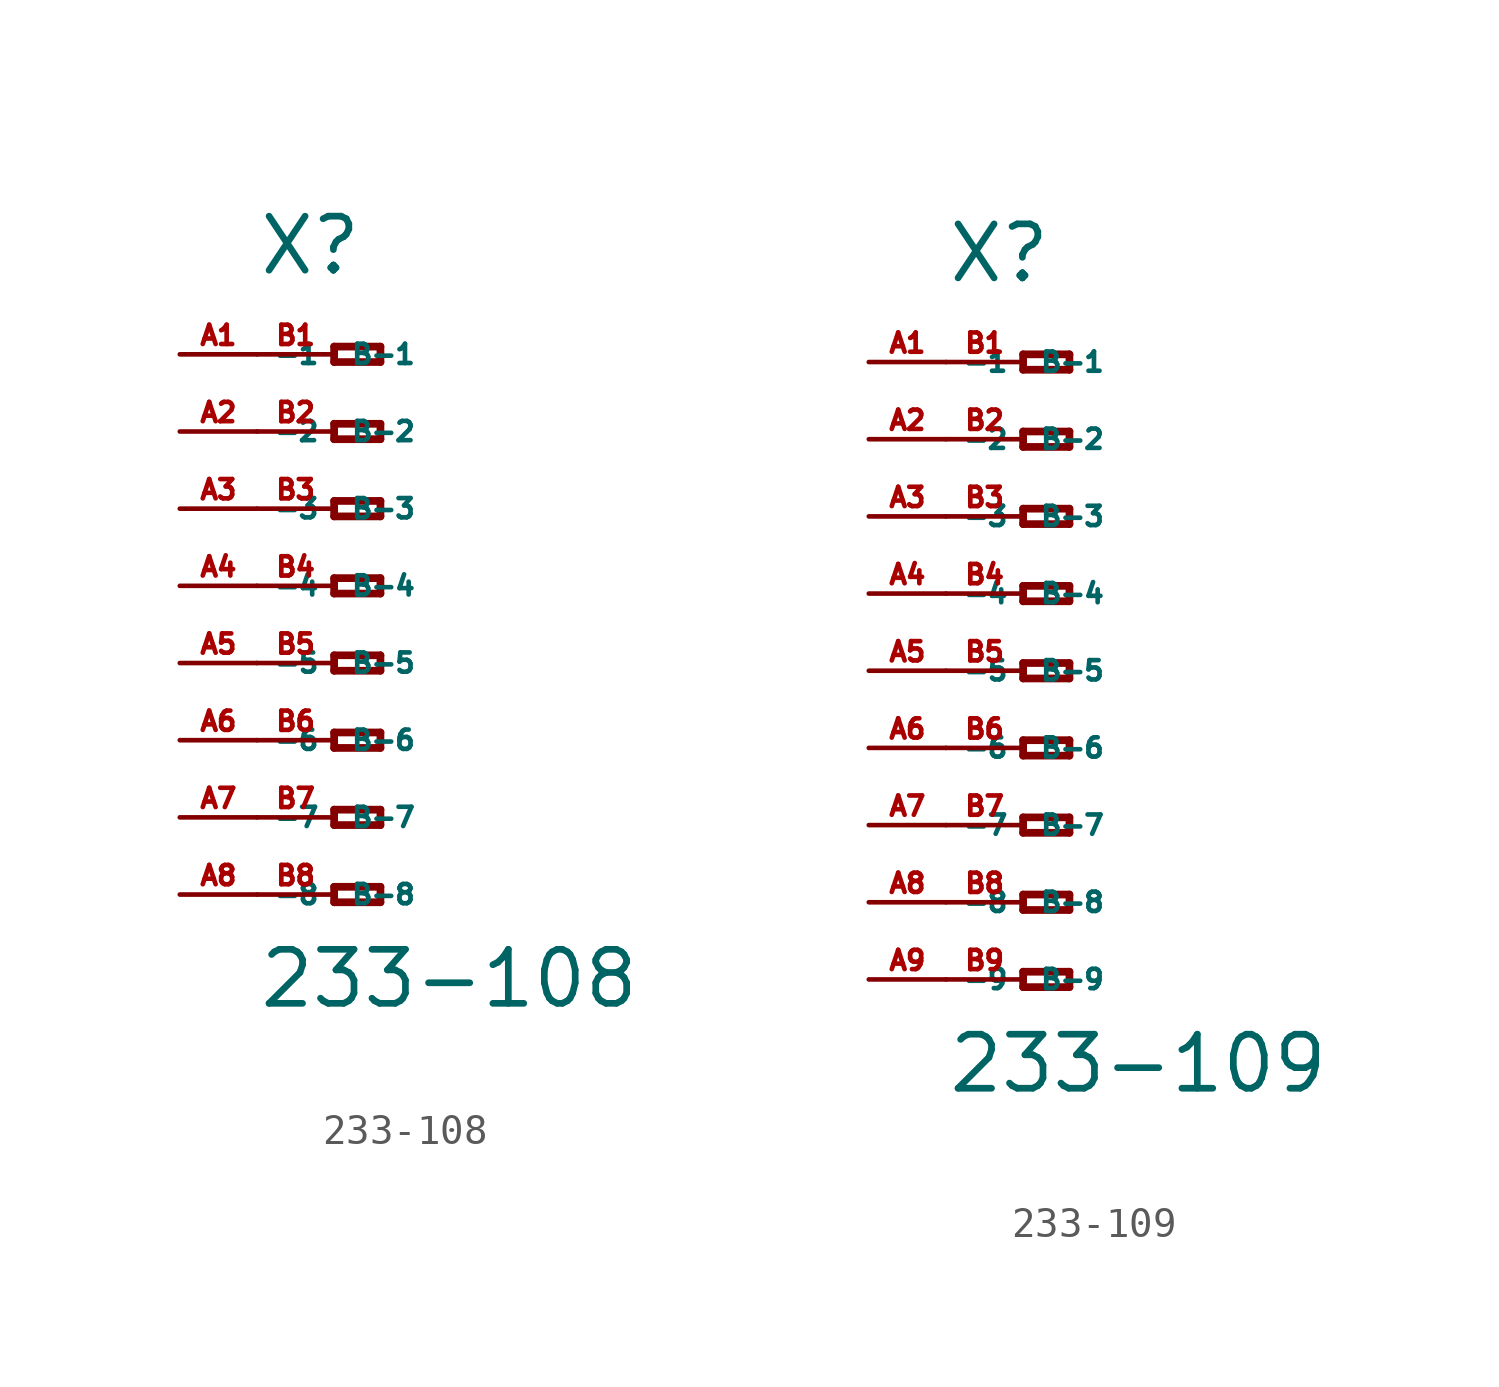
<source format=kicad_sym>
(kicad_symbol_lib
  (version 20220914)
  (generator Eagle2Kicad)
  (symbol "233-108"
    (property "Reference" "X"
      (at -5.08 10.16 0)
      (effects (font (size 1.778 1.778) (thickness 0.22)) (justify left bottom)))
    (property "Value" "233-108"
      (at -5.08 -13.97 0)
      (effects (font (size 1.778 1.778) (thickness 0.22)) (justify left bottom)))
    (polyline
      (pts (xy -2.54 7.874) (xy -2.54 7.366))
      (stroke (width 0.254) (type default))
      (fill (type none)))
    (polyline
      (pts (xy -2.54 7.366) (xy -1.016 7.366))
      (stroke (width 0.254) (type default))
      (fill (type none)))
    (polyline
      (pts (xy -1.016 7.366) (xy -1.016 7.874))
      (stroke (width 0.254) (type default))
      (fill (type none)))
    (polyline
      (pts (xy -1.016 7.874) (xy -2.54 7.874))
      (stroke (width 0.254) (type default))
      (fill (type none)))
    (polyline
      (pts (xy -2.54 5.334) (xy -2.54 4.826))
      (stroke (width 0.254) (type default))
      (fill (type none)))
    (polyline
      (pts (xy -2.54 4.826) (xy -1.016 4.826))
      (stroke (width 0.254) (type default))
      (fill (type none)))
    (polyline
      (pts (xy -1.016 4.826) (xy -1.016 5.334))
      (stroke (width 0.254) (type default))
      (fill (type none)))
    (polyline
      (pts (xy -1.016 5.334) (xy -2.54 5.334))
      (stroke (width 0.254) (type default))
      (fill (type none)))
    (polyline
      (pts (xy -2.54 2.794) (xy -2.54 2.286))
      (stroke (width 0.254) (type default))
      (fill (type none)))
    (polyline
      (pts (xy -2.54 2.286) (xy -1.016 2.286))
      (stroke (width 0.254) (type default))
      (fill (type none)))
    (polyline
      (pts (xy -1.016 2.286) (xy -1.016 2.794))
      (stroke (width 0.254) (type default))
      (fill (type none)))
    (polyline
      (pts (xy -1.016 2.794) (xy -2.54 2.794))
      (stroke (width 0.254) (type default))
      (fill (type none)))
    (polyline
      (pts (xy -2.54 0.254) (xy -2.54 -0.254))
      (stroke (width 0.254) (type default))
      (fill (type none)))
    (polyline
      (pts (xy -2.54 -0.254) (xy -1.016 -0.254))
      (stroke (width 0.254) (type default))
      (fill (type none)))
    (polyline
      (pts (xy -1.016 -0.254) (xy -1.016 0.254))
      (stroke (width 0.254) (type default))
      (fill (type none)))
    (polyline
      (pts (xy -1.016 0.254) (xy -2.54 0.254))
      (stroke (width 0.254) (type default))
      (fill (type none)))
    (polyline
      (pts (xy -2.54 -2.286) (xy -2.54 -2.794))
      (stroke (width 0.254) (type default))
      (fill (type none)))
    (polyline
      (pts (xy -2.54 -2.794) (xy -1.016 -2.794))
      (stroke (width 0.254) (type default))
      (fill (type none)))
    (polyline
      (pts (xy -1.016 -2.794) (xy -1.016 -2.286))
      (stroke (width 0.254) (type default))
      (fill (type none)))
    (polyline
      (pts (xy -1.016 -2.286) (xy -2.54 -2.286))
      (stroke (width 0.254) (type default))
      (fill (type none)))
    (polyline
      (pts (xy -2.54 -4.826) (xy -2.54 -5.334))
      (stroke (width 0.254) (type default))
      (fill (type none)))
    (polyline
      (pts (xy -2.54 -5.334) (xy -1.016 -5.334))
      (stroke (width 0.254) (type default))
      (fill (type none)))
    (polyline
      (pts (xy -1.016 -5.334) (xy -1.016 -4.826))
      (stroke (width 0.254) (type default))
      (fill (type none)))
    (polyline
      (pts (xy -1.016 -4.826) (xy -2.54 -4.826))
      (stroke (width 0.254) (type default))
      (fill (type none)))
    (polyline
      (pts (xy -2.54 -7.366) (xy -2.54 -7.874))
      (stroke (width 0.254) (type default))
      (fill (type none)))
    (polyline
      (pts (xy -2.54 -7.874) (xy -1.016 -7.874))
      (stroke (width 0.254) (type default))
      (fill (type none)))
    (polyline
      (pts (xy -1.016 -7.874) (xy -1.016 -7.366))
      (stroke (width 0.254) (type default))
      (fill (type none)))
    (polyline
      (pts (xy -1.016 -7.366) (xy -2.54 -7.366))
      (stroke (width 0.254) (type default))
      (fill (type none)))
    (polyline
      (pts (xy -2.54 -9.906) (xy -2.54 -10.414))
      (stroke (width 0.254) (type default))
      (fill (type none)))
    (polyline
      (pts (xy -2.54 -10.414) (xy -1.016 -10.414))
      (stroke (width 0.254) (type default))
      (fill (type none)))
    (polyline
      (pts (xy -1.016 -10.414) (xy -1.016 -9.906))
      (stroke (width 0.254) (type default))
      (fill (type none)))
    (polyline
      (pts (xy -1.016 -9.906) (xy -2.54 -9.906))
      (stroke (width 0.254) (type default))
      (fill (type none)))
    (pin passive line
      (at -7.62 7.62 0)
      (length 2.54)
      (name "-1" (effects (font (size 0.635 0.635) (thickness 0.08)) (justify left bottom)))
      (number "A1" (effects (font (size 0.635 0.635) (thickness 0.08)) (justify left bottom))))
    (pin passive line
      (at -7.62 5.08 0)
      (length 2.54)
      (name "-2" (effects (font (size 0.635 0.635) (thickness 0.08)) (justify left bottom)))
      (number "A2" (effects (font (size 0.635 0.635) (thickness 0.08)) (justify left bottom))))
    (pin passive line
      (at -7.62 2.54 0)
      (length 2.54)
      (name "-3" (effects (font (size 0.635 0.635) (thickness 0.08)) (justify left bottom)))
      (number "A3" (effects (font (size 0.635 0.635) (thickness 0.08)) (justify left bottom))))
    (pin passive line
      (at -7.62 0 0)
      (length 2.54)
      (name "-4" (effects (font (size 0.635 0.635) (thickness 0.08)) (justify left bottom)))
      (number "A4" (effects (font (size 0.635 0.635) (thickness 0.08)) (justify left bottom))))
    (pin passive line
      (at -7.62 -2.54 0)
      (length 2.54)
      (name "-5" (effects (font (size 0.635 0.635) (thickness 0.08)) (justify left bottom)))
      (number "A5" (effects (font (size 0.635 0.635) (thickness 0.08)) (justify left bottom))))
    (pin passive line
      (at -7.62 -5.08 0)
      (length 2.54)
      (name "-6" (effects (font (size 0.635 0.635) (thickness 0.08)) (justify left bottom)))
      (number "A6" (effects (font (size 0.635 0.635) (thickness 0.08)) (justify left bottom))))
    (pin passive line
      (at -7.62 -7.62 0)
      (length 2.54)
      (name "-7" (effects (font (size 0.635 0.635) (thickness 0.08)) (justify left bottom)))
      (number "A7" (effects (font (size 0.635 0.635) (thickness 0.08)) (justify left bottom))))
    (pin passive line
      (at -7.62 -10.16 0)
      (length 2.54)
      (name "-8" (effects (font (size 0.635 0.635) (thickness 0.08)) (justify left bottom)))
      (number "A8" (effects (font (size 0.635 0.635) (thickness 0.08)) (justify left bottom))))
    (pin passive line
      (at -5.08 -10.16 0)
      (length 2.54)
      (name "B-8" (effects (font (size 0.635 0.635) (thickness 0.08)) (justify left bottom)))
      (number "B8" (effects (font (size 0.635 0.635) (thickness 0.08)) (justify left bottom))))
    (pin passive line
      (at -5.08 7.62 0)
      (length 2.54)
      (name "B-1" (effects (font (size 0.635 0.635) (thickness 0.08)) (justify left bottom)))
      (number "B1" (effects (font (size 0.635 0.635) (thickness 0.08)) (justify left bottom))))
    (pin passive line
      (at -5.08 5.08 0)
      (length 2.54)
      (name "B-2" (effects (font (size 0.635 0.635) (thickness 0.08)) (justify left bottom)))
      (number "B2" (effects (font (size 0.635 0.635) (thickness 0.08)) (justify left bottom))))
    (pin passive line
      (at -5.08 2.54 0)
      (length 2.54)
      (name "B-3" (effects (font (size 0.635 0.635) (thickness 0.08)) (justify left bottom)))
      (number "B3" (effects (font (size 0.635 0.635) (thickness 0.08)) (justify left bottom))))
    (pin passive line
      (at -5.08 0 0)
      (length 2.54)
      (name "B-4" (effects (font (size 0.635 0.635) (thickness 0.08)) (justify left bottom)))
      (number "B4" (effects (font (size 0.635 0.635) (thickness 0.08)) (justify left bottom))))
    (pin passive line
      (at -5.08 -2.54 0)
      (length 2.54)
      (name "B-5" (effects (font (size 0.635 0.635) (thickness 0.08)) (justify left bottom)))
      (number "B5" (effects (font (size 0.635 0.635) (thickness 0.08)) (justify left bottom))))
    (pin passive line
      (at -5.08 -5.08 0)
      (length 2.54)
      (name "B-6" (effects (font (size 0.635 0.635) (thickness 0.08)) (justify left bottom)))
      (number "B6" (effects (font (size 0.635 0.635) (thickness 0.08)) (justify left bottom))))
    (pin passive line
      (at -5.08 -7.62 0)
      (length 2.54)
      (name "B-7" (effects (font (size 0.635 0.635) (thickness 0.08)) (justify left bottom)))
      (number "B7" (effects (font (size 0.635 0.635) (thickness 0.08)) (justify left bottom)))))
  (symbol "233-109"
    (property "Reference" "X"
      (at -5.08 12.7 0)
      (effects (font (size 1.778 1.778) (thickness 0.22)) (justify left bottom)))
    (property "Value" "233-109"
      (at -5.08 -13.97 0)
      (effects (font (size 1.778 1.778) (thickness 0.22)) (justify left bottom)))
    (polyline
      (pts (xy -2.54 10.414) (xy -2.54 9.906))
      (stroke (width 0.254) (type default))
      (fill (type none)))
    (polyline
      (pts (xy -2.54 9.906) (xy -1.016 9.906))
      (stroke (width 0.254) (type default))
      (fill (type none)))
    (polyline
      (pts (xy -1.016 9.906) (xy -1.016 10.414))
      (stroke (width 0.254) (type default))
      (fill (type none)))
    (polyline
      (pts (xy -1.016 10.414) (xy -2.54 10.414))
      (stroke (width 0.254) (type default))
      (fill (type none)))
    (polyline
      (pts (xy -2.54 7.874) (xy -2.54 7.366))
      (stroke (width 0.254) (type default))
      (fill (type none)))
    (polyline
      (pts (xy -2.54 7.366) (xy -1.016 7.366))
      (stroke (width 0.254) (type default))
      (fill (type none)))
    (polyline
      (pts (xy -1.016 7.366) (xy -1.016 7.874))
      (stroke (width 0.254) (type default))
      (fill (type none)))
    (polyline
      (pts (xy -1.016 7.874) (xy -2.54 7.874))
      (stroke (width 0.254) (type default))
      (fill (type none)))
    (polyline
      (pts (xy -2.54 5.334) (xy -2.54 4.826))
      (stroke (width 0.254) (type default))
      (fill (type none)))
    (polyline
      (pts (xy -2.54 4.826) (xy -1.016 4.826))
      (stroke (width 0.254) (type default))
      (fill (type none)))
    (polyline
      (pts (xy -1.016 4.826) (xy -1.016 5.334))
      (stroke (width 0.254) (type default))
      (fill (type none)))
    (polyline
      (pts (xy -1.016 5.334) (xy -2.54 5.334))
      (stroke (width 0.254) (type default))
      (fill (type none)))
    (polyline
      (pts (xy -2.54 2.794) (xy -2.54 2.286))
      (stroke (width 0.254) (type default))
      (fill (type none)))
    (polyline
      (pts (xy -2.54 2.286) (xy -1.016 2.286))
      (stroke (width 0.254) (type default))
      (fill (type none)))
    (polyline
      (pts (xy -1.016 2.286) (xy -1.016 2.794))
      (stroke (width 0.254) (type default))
      (fill (type none)))
    (polyline
      (pts (xy -1.016 2.794) (xy -2.54 2.794))
      (stroke (width 0.254) (type default))
      (fill (type none)))
    (polyline
      (pts (xy -2.54 0.254) (xy -2.54 -0.254))
      (stroke (width 0.254) (type default))
      (fill (type none)))
    (polyline
      (pts (xy -2.54 -0.254) (xy -1.016 -0.254))
      (stroke (width 0.254) (type default))
      (fill (type none)))
    (polyline
      (pts (xy -1.016 -0.254) (xy -1.016 0.254))
      (stroke (width 0.254) (type default))
      (fill (type none)))
    (polyline
      (pts (xy -1.016 0.254) (xy -2.54 0.254))
      (stroke (width 0.254) (type default))
      (fill (type none)))
    (polyline
      (pts (xy -2.54 -2.286) (xy -2.54 -2.794))
      (stroke (width 0.254) (type default))
      (fill (type none)))
    (polyline
      (pts (xy -2.54 -2.794) (xy -1.016 -2.794))
      (stroke (width 0.254) (type default))
      (fill (type none)))
    (polyline
      (pts (xy -1.016 -2.794) (xy -1.016 -2.286))
      (stroke (width 0.254) (type default))
      (fill (type none)))
    (polyline
      (pts (xy -1.016 -2.286) (xy -2.54 -2.286))
      (stroke (width 0.254) (type default))
      (fill (type none)))
    (polyline
      (pts (xy -2.54 -4.826) (xy -2.54 -5.334))
      (stroke (width 0.254) (type default))
      (fill (type none)))
    (polyline
      (pts (xy -2.54 -5.334) (xy -1.016 -5.334))
      (stroke (width 0.254) (type default))
      (fill (type none)))
    (polyline
      (pts (xy -1.016 -5.334) (xy -1.016 -4.826))
      (stroke (width 0.254) (type default))
      (fill (type none)))
    (polyline
      (pts (xy -1.016 -4.826) (xy -2.54 -4.826))
      (stroke (width 0.254) (type default))
      (fill (type none)))
    (polyline
      (pts (xy -2.54 -7.366) (xy -2.54 -7.874))
      (stroke (width 0.254) (type default))
      (fill (type none)))
    (polyline
      (pts (xy -2.54 -7.874) (xy -1.016 -7.874))
      (stroke (width 0.254) (type default))
      (fill (type none)))
    (polyline
      (pts (xy -1.016 -7.874) (xy -1.016 -7.366))
      (stroke (width 0.254) (type default))
      (fill (type none)))
    (polyline
      (pts (xy -1.016 -7.366) (xy -2.54 -7.366))
      (stroke (width 0.254) (type default))
      (fill (type none)))
    (polyline
      (pts (xy -2.54 -9.906) (xy -2.54 -10.414))
      (stroke (width 0.254) (type default))
      (fill (type none)))
    (polyline
      (pts (xy -2.54 -10.414) (xy -1.016 -10.414))
      (stroke (width 0.254) (type default))
      (fill (type none)))
    (polyline
      (pts (xy -1.016 -10.414) (xy -1.016 -9.906))
      (stroke (width 0.254) (type default))
      (fill (type none)))
    (polyline
      (pts (xy -1.016 -9.906) (xy -2.54 -9.906))
      (stroke (width 0.254) (type default))
      (fill (type none)))
    (pin passive line
      (at -7.62 10.16 0)
      (length 2.54)
      (name "-1" (effects (font (size 0.635 0.635) (thickness 0.08)) (justify left bottom)))
      (number "A1" (effects (font (size 0.635 0.635) (thickness 0.08)) (justify left bottom))))
    (pin passive line
      (at -7.62 7.62 0)
      (length 2.54)
      (name "-2" (effects (font (size 0.635 0.635) (thickness 0.08)) (justify left bottom)))
      (number "A2" (effects (font (size 0.635 0.635) (thickness 0.08)) (justify left bottom))))
    (pin passive line
      (at -7.62 5.08 0)
      (length 2.54)
      (name "-3" (effects (font (size 0.635 0.635) (thickness 0.08)) (justify left bottom)))
      (number "A3" (effects (font (size 0.635 0.635) (thickness 0.08)) (justify left bottom))))
    (pin passive line
      (at -7.62 2.54 0)
      (length 2.54)
      (name "-4" (effects (font (size 0.635 0.635) (thickness 0.08)) (justify left bottom)))
      (number "A4" (effects (font (size 0.635 0.635) (thickness 0.08)) (justify left bottom))))
    (pin passive line
      (at -7.62 0 0)
      (length 2.54)
      (name "-5" (effects (font (size 0.635 0.635) (thickness 0.08)) (justify left bottom)))
      (number "A5" (effects (font (size 0.635 0.635) (thickness 0.08)) (justify left bottom))))
    (pin passive line
      (at -7.62 -2.54 0)
      (length 2.54)
      (name "-6" (effects (font (size 0.635 0.635) (thickness 0.08)) (justify left bottom)))
      (number "A6" (effects (font (size 0.635 0.635) (thickness 0.08)) (justify left bottom))))
    (pin passive line
      (at -7.62 -5.08 0)
      (length 2.54)
      (name "-7" (effects (font (size 0.635 0.635) (thickness 0.08)) (justify left bottom)))
      (number "A7" (effects (font (size 0.635 0.635) (thickness 0.08)) (justify left bottom))))
    (pin passive line
      (at -7.62 -7.62 0)
      (length 2.54)
      (name "-8" (effects (font (size 0.635 0.635) (thickness 0.08)) (justify left bottom)))
      (number "A8" (effects (font (size 0.635 0.635) (thickness 0.08)) (justify left bottom))))
    (pin passive line
      (at -7.62 -10.16 0)
      (length 2.54)
      (name "-9" (effects (font (size 0.635 0.635) (thickness 0.08)) (justify left bottom)))
      (number "A9" (effects (font (size 0.635 0.635) (thickness 0.08)) (justify left bottom))))
    (pin passive line
      (at -5.08 -10.16 0)
      (length 2.54)
      (name "B-9" (effects (font (size 0.635 0.635) (thickness 0.08)) (justify left bottom)))
      (number "B9" (effects (font (size 0.635 0.635) (thickness 0.08)) (justify left bottom))))
    (pin passive line
      (at -5.08 10.16 0)
      (length 2.54)
      (name "B-1" (effects (font (size 0.635 0.635) (thickness 0.08)) (justify left bottom)))
      (number "B1" (effects (font (size 0.635 0.635) (thickness 0.08)) (justify left bottom))))
    (pin passive line
      (at -5.08 7.62 0)
      (length 2.54)
      (name "B-2" (effects (font (size 0.635 0.635) (thickness 0.08)) (justify left bottom)))
      (number "B2" (effects (font (size 0.635 0.635) (thickness 0.08)) (justify left bottom))))
    (pin passive line
      (at -5.08 5.08 0)
      (length 2.54)
      (name "B-3" (effects (font (size 0.635 0.635) (thickness 0.08)) (justify left bottom)))
      (number "B3" (effects (font (size 0.635 0.635) (thickness 0.08)) (justify left bottom))))
    (pin passive line
      (at -5.08 2.54 0)
      (length 2.54)
      (name "B-4" (effects (font (size 0.635 0.635) (thickness 0.08)) (justify left bottom)))
      (number "B4" (effects (font (size 0.635 0.635) (thickness 0.08)) (justify left bottom))))
    (pin passive line
      (at -5.08 0 0)
      (length 2.54)
      (name "B-5" (effects (font (size 0.635 0.635) (thickness 0.08)) (justify left bottom)))
      (number "B5" (effects (font (size 0.635 0.635) (thickness 0.08)) (justify left bottom))))
    (pin passive line
      (at -5.08 -2.54 0)
      (length 2.54)
      (name "B-6" (effects (font (size 0.635 0.635) (thickness 0.08)) (justify left bottom)))
      (number "B6" (effects (font (size 0.635 0.635) (thickness 0.08)) (justify left bottom))))
    (pin passive line
      (at -5.08 -5.08 0)
      (length 2.54)
      (name "B-7" (effects (font (size 0.635 0.635) (thickness 0.08)) (justify left bottom)))
      (number "B7" (effects (font (size 0.635 0.635) (thickness 0.08)) (justify left bottom))))
    (pin passive line
      (at -5.08 -7.62 0)
      (length 2.54)
      (name "B-8" (effects (font (size 0.635 0.635) (thickness 0.08)) (justify left bottom)))
      (number "B8" (effects (font (size 0.635 0.635) (thickness 0.08)) (justify left bottom))))))
</source>
